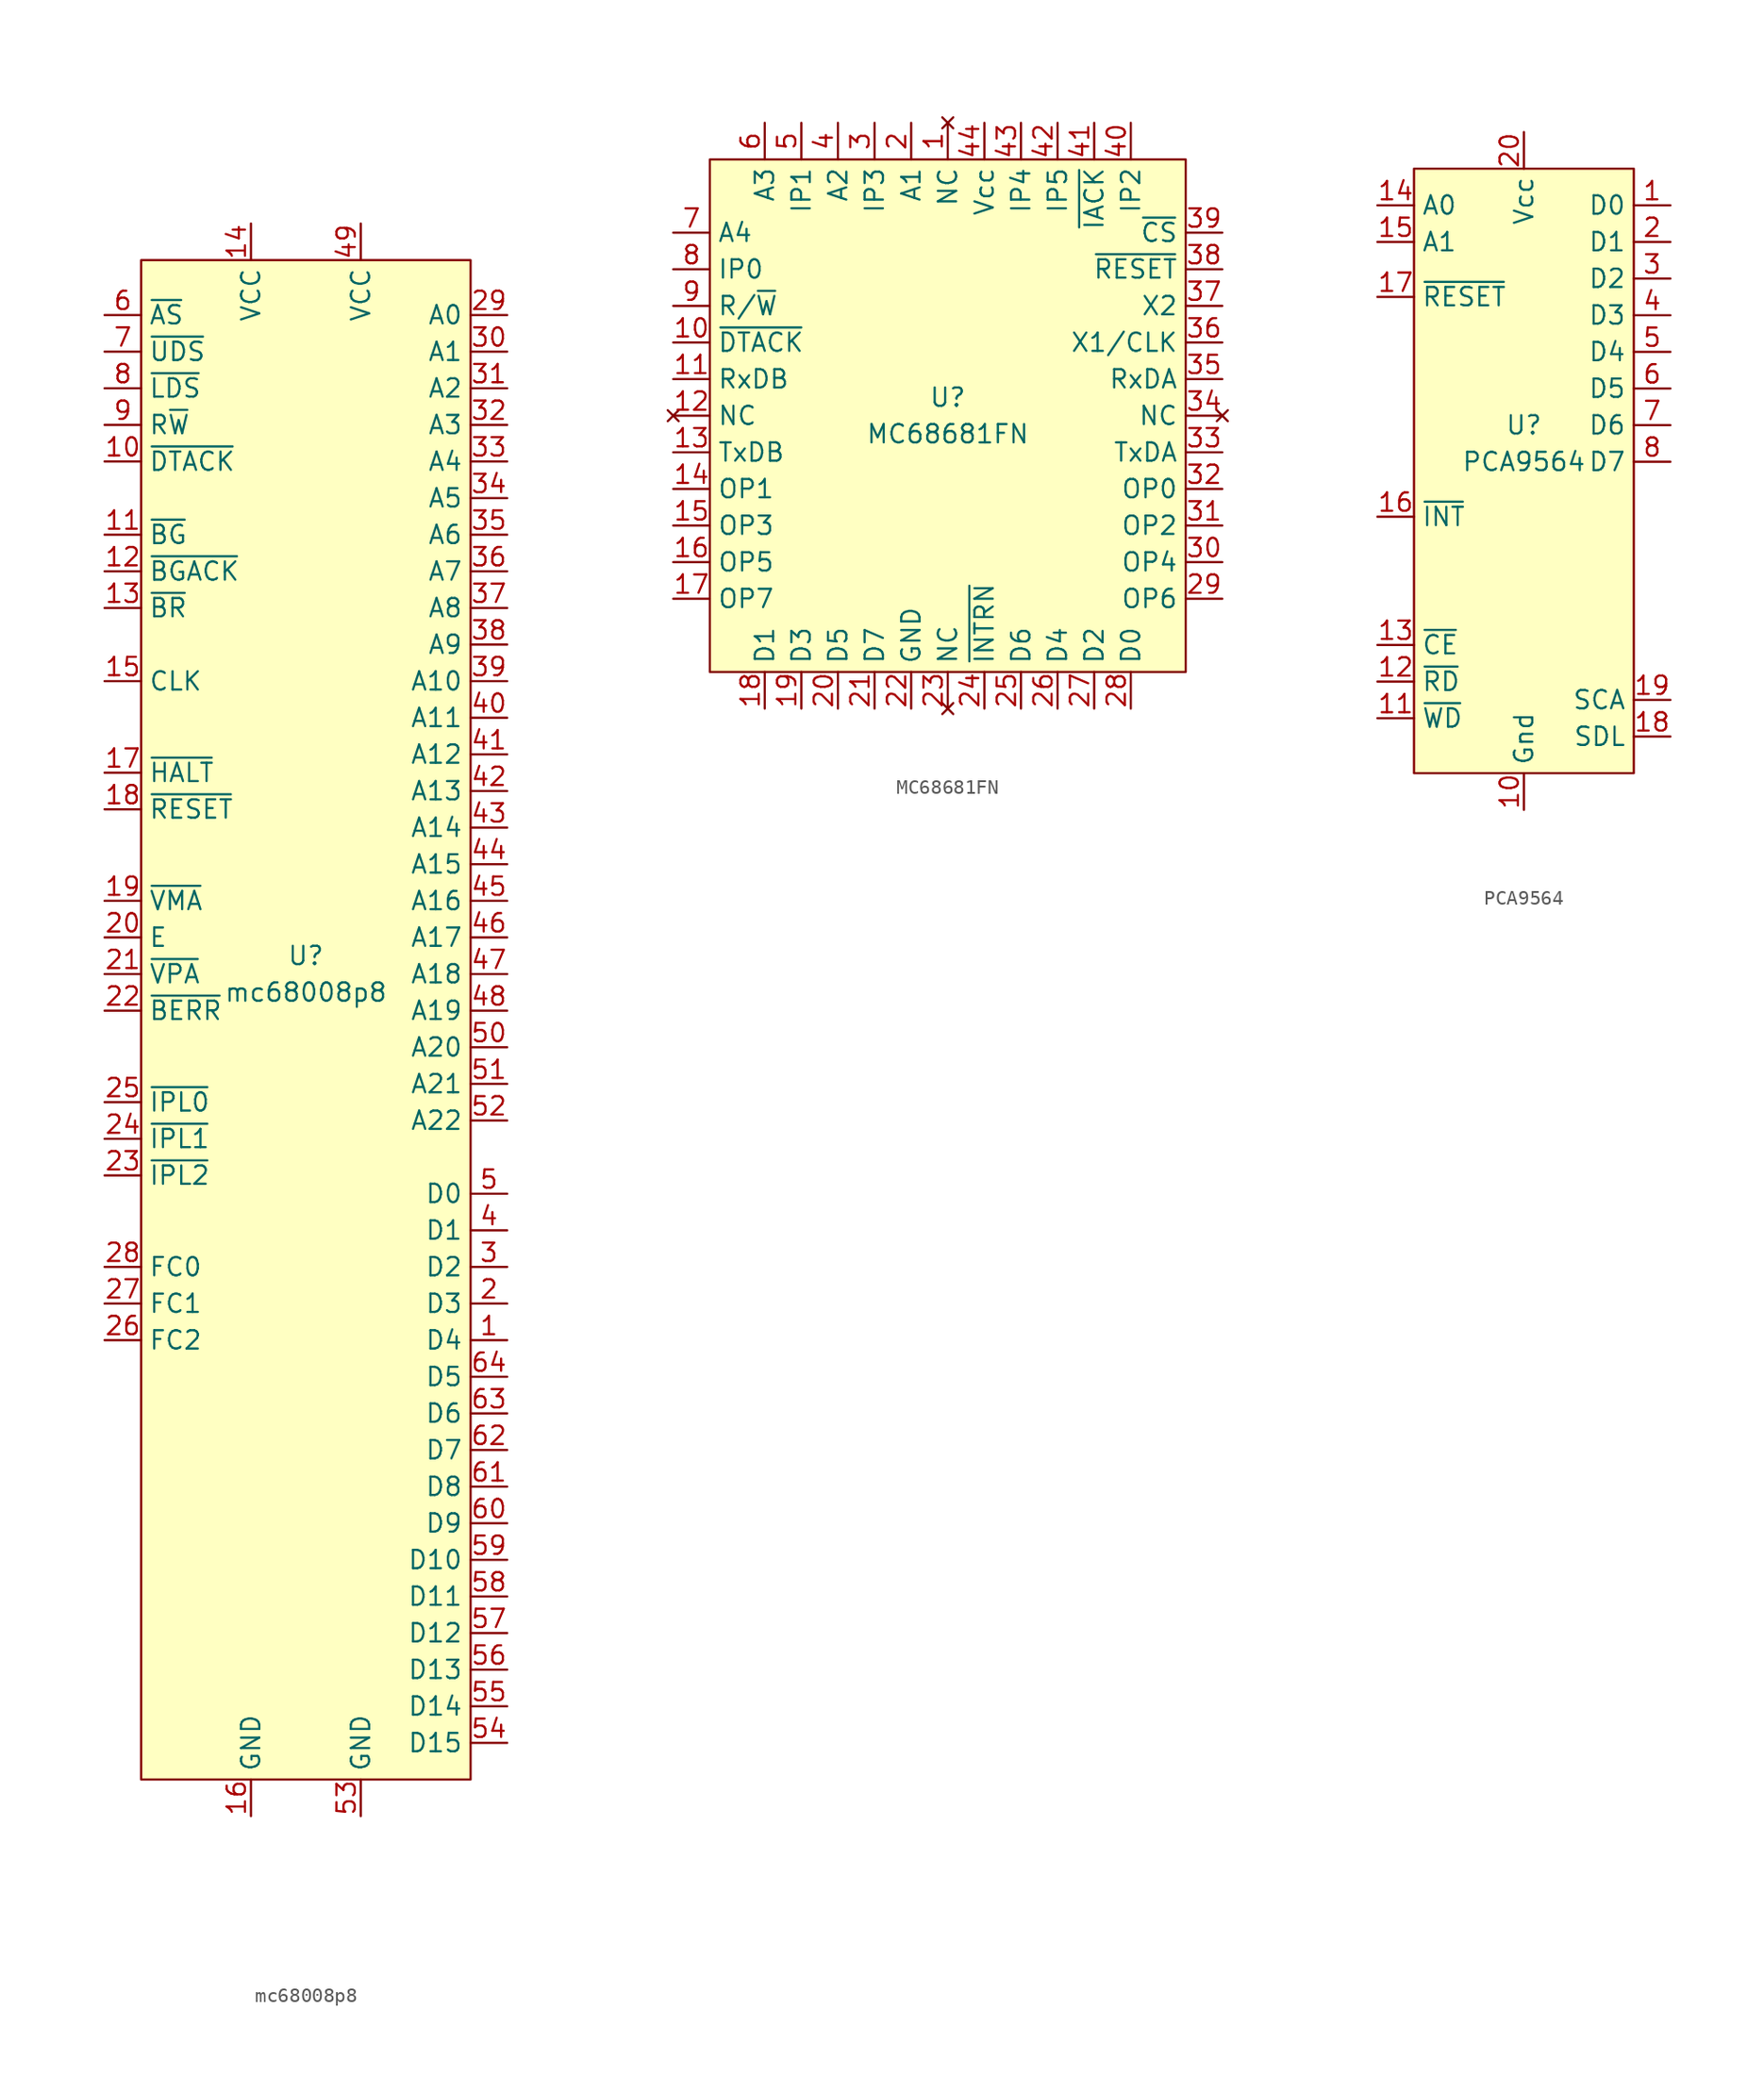
<source format=kicad_sym>
(kicad_symbol_lib
  (version 20211014)
  (generator kicad_symbol_editor)
  (symbol "mc68008p8"
    (property "Reference" "U"
      (at 0 1.27 0)
      (effects (font (size 1.27 1.27))))
    (property "Value" "mc68008p8"
      (at 0 -1.27 0)
      (effects (font (size 1.27 1.27))))
    (symbol "mc68008p8_0_1"
      (rectangle (start -11.43 49.53) (end 11.43 -55.88) (stroke (width 0) (type default) (color 0 0 0 0)) (fill (type background))))
    (symbol "mc68008p8_1_1"
      (pin bidirectional line (at 13.97 -25.4 180) (length 2.54) (name "D4" (effects (font (size 1.27 1.27)))) (number "1" (effects (font (size 1.27 1.27)))))
      (pin input line (at -13.97 35.56 0) (length 2.54) (name "~{DTACK}" (effects (font (size 1.27 1.27)))) (number "10" (effects (font (size 1.27 1.27)))))
      (pin output line (at -13.97 30.48 0) (length 2.54) (name "~{BG}" (effects (font (size 1.27 1.27)))) (number "11" (effects (font (size 1.27 1.27)))))
      (pin input line (at -13.97 27.94 0) (length 2.54) (name "~{BGACK}" (effects (font (size 1.27 1.27)))) (number "12" (effects (font (size 1.27 1.27)))))
      (pin input line (at -13.97 25.4 0) (length 2.54) (name "~{BR}" (effects (font (size 1.27 1.27)))) (number "13" (effects (font (size 1.27 1.27)))))
      (pin power_in line (at -3.81 52.07 270) (length 2.54) (name "VCC" (effects (font (size 1.27 1.27)))) (number "14" (effects (font (size 1.27 1.27)))))
      (pin input line (at -13.97 20.32 0) (length 2.54) (name "CLK" (effects (font (size 1.27 1.27)))) (number "15" (effects (font (size 1.27 1.27)))))
      (pin power_in line (at -3.81 -58.42 90) (length 2.54) (name "GND" (effects (font (size 1.27 1.27)))) (number "16" (effects (font (size 1.27 1.27)))))
      (pin bidirectional line (at -13.97 13.97 0) (length 2.54) (name "~{HALT}" (effects (font (size 1.27 1.27)))) (number "17" (effects (font (size 1.27 1.27)))))
      (pin bidirectional line (at -13.97 11.43 0) (length 2.54) (name "~{RESET}" (effects (font (size 1.27 1.27)))) (number "18" (effects (font (size 1.27 1.27)))))
      (pin output line (at -13.97 5.08 0) (length 2.54) (name "~{VMA}" (effects (font (size 1.27 1.27)))) (number "19" (effects (font (size 1.27 1.27)))))
      (pin bidirectional line (at 13.97 -22.86 180) (length 2.54) (name "D3" (effects (font (size 1.27 1.27)))) (number "2" (effects (font (size 1.27 1.27)))))
      (pin output line (at -13.97 2.54 0) (length 2.54) (name "E" (effects (font (size 1.27 1.27)))) (number "20" (effects (font (size 1.27 1.27)))))
      (pin bidirectional line (at -13.97 0 0) (length 2.54) (name "~{VPA}" (effects (font (size 1.27 1.27)))) (number "21" (effects (font (size 1.27 1.27)))))
      (pin input line (at -13.97 -2.54 0) (length 2.54) (name "~{BERR}" (effects (font (size 1.27 1.27)))) (number "22" (effects (font (size 1.27 1.27)))))
      (pin input line (at -13.97 -13.97 0) (length 2.54) (name "~{IPL2}" (effects (font (size 1.27 1.27)))) (number "23" (effects (font (size 1.27 1.27)))))
      (pin input line (at -13.97 -11.43 0) (length 2.54) (name "~{IPL1}" (effects (font (size 1.27 1.27)))) (number "24" (effects (font (size 1.27 1.27)))))
      (pin input line (at -13.97 -8.89 0) (length 2.54) (name "~{IPL0}" (effects (font (size 1.27 1.27)))) (number "25" (effects (font (size 1.27 1.27)))))
      (pin output line (at -13.97 -25.4 0) (length 2.54) (name "FC2" (effects (font (size 1.27 1.27)))) (number "26" (effects (font (size 1.27 1.27)))))
      (pin output line (at -13.97 -22.86 0) (length 2.54) (name "FC1" (effects (font (size 1.27 1.27)))) (number "27" (effects (font (size 1.27 1.27)))))
      (pin output line (at -13.97 -20.32 0) (length 2.54) (name "FC0" (effects (font (size 1.27 1.27)))) (number "28" (effects (font (size 1.27 1.27)))))
      (pin output line (at 13.97 45.72 180) (length 2.54) (name "A0" (effects (font (size 1.27 1.27)))) (number "29" (effects (font (size 1.27 1.27)))))
      (pin bidirectional line (at 13.97 -20.32 180) (length 2.54) (name "D2" (effects (font (size 1.27 1.27)))) (number "3" (effects (font (size 1.27 1.27)))))
      (pin output line (at 13.97 43.18 180) (length 2.54) (name "A1" (effects (font (size 1.27 1.27)))) (number "30" (effects (font (size 1.27 1.27)))))
      (pin output line (at 13.97 40.64 180) (length 2.54) (name "A2" (effects (font (size 1.27 1.27)))) (number "31" (effects (font (size 1.27 1.27)))))
      (pin output line (at 13.97 38.1 180) (length 2.54) (name "A3" (effects (font (size 1.27 1.27)))) (number "32" (effects (font (size 1.27 1.27)))))
      (pin output line (at 13.97 35.56 180) (length 2.54) (name "A4" (effects (font (size 1.27 1.27)))) (number "33" (effects (font (size 1.27 1.27)))))
      (pin output line (at 13.97 33.02 180) (length 2.54) (name "A5" (effects (font (size 1.27 1.27)))) (number "34" (effects (font (size 1.27 1.27)))))
      (pin output line (at 13.97 30.48 180) (length 2.54) (name "A6" (effects (font (size 1.27 1.27)))) (number "35" (effects (font (size 1.27 1.27)))))
      (pin output line (at 13.97 27.94 180) (length 2.54) (name "A7" (effects (font (size 1.27 1.27)))) (number "36" (effects (font (size 1.27 1.27)))))
      (pin output line (at 13.97 25.4 180) (length 2.54) (name "A8" (effects (font (size 1.27 1.27)))) (number "37" (effects (font (size 1.27 1.27)))))
      (pin output line (at 13.97 22.86 180) (length 2.54) (name "A9" (effects (font (size 1.27 1.27)))) (number "38" (effects (font (size 1.27 1.27)))))
      (pin output line (at 13.97 20.32 180) (length 2.54) (name "A10" (effects (font (size 1.27 1.27)))) (number "39" (effects (font (size 1.27 1.27)))))
      (pin bidirectional line (at 13.97 -17.78 180) (length 2.54) (name "D1" (effects (font (size 1.27 1.27)))) (number "4" (effects (font (size 1.27 1.27)))))
      (pin output line (at 13.97 17.78 180) (length 2.54) (name "A11" (effects (font (size 1.27 1.27)))) (number "40" (effects (font (size 1.27 1.27)))))
      (pin output line (at 13.97 15.24 180) (length 2.54) (name "A12" (effects (font (size 1.27 1.27)))) (number "41" (effects (font (size 1.27 1.27)))))
      (pin output line (at 13.97 12.7 180) (length 2.54) (name "A13" (effects (font (size 1.27 1.27)))) (number "42" (effects (font (size 1.27 1.27)))))
      (pin output line (at 13.97 10.16 180) (length 2.54) (name "A14" (effects (font (size 1.27 1.27)))) (number "43" (effects (font (size 1.27 1.27)))))
      (pin output line (at 13.97 7.62 180) (length 2.54) (name "A15" (effects (font (size 1.27 1.27)))) (number "44" (effects (font (size 1.27 1.27)))))
      (pin output line (at 13.97 5.08 180) (length 2.54) (name "A16" (effects (font (size 1.27 1.27)))) (number "45" (effects (font (size 1.27 1.27)))))
      (pin output line (at 13.97 2.54 180) (length 2.54) (name "A17" (effects (font (size 1.27 1.27)))) (number "46" (effects (font (size 1.27 1.27)))))
      (pin output line (at 13.97 0 180) (length 2.54) (name "A18" (effects (font (size 1.27 1.27)))) (number "47" (effects (font (size 1.27 1.27)))))
      (pin output line (at 13.97 -2.54 180) (length 2.54) (name "A19" (effects (font (size 1.27 1.27)))) (number "48" (effects (font (size 1.27 1.27)))))
      (pin power_in line (at 3.81 52.07 270) (length 2.54) (name "VCC" (effects (font (size 1.27 1.27)))) (number "49" (effects (font (size 1.27 1.27)))))
      (pin bidirectional line (at 13.97 -15.24 180) (length 2.54) (name "D0" (effects (font (size 1.27 1.27)))) (number "5" (effects (font (size 1.27 1.27)))))
      (pin output line (at 13.97 -5.08 180) (length 2.54) (name "A20" (effects (font (size 1.27 1.27)))) (number "50" (effects (font (size 1.27 1.27)))))
      (pin output line (at 13.97 -7.62 180) (length 2.54) (name "A21" (effects (font (size 1.27 1.27)))) (number "51" (effects (font (size 1.27 1.27)))))
      (pin output line (at 13.97 -10.16 180) (length 2.54) (name "A22" (effects (font (size 1.27 1.27)))) (number "52" (effects (font (size 1.27 1.27)))))
      (pin power_in line (at 3.81 -58.42 90) (length 2.54) (name "GND" (effects (font (size 1.27 1.27)))) (number "53" (effects (font (size 1.27 1.27)))))
      (pin bidirectional line (at 13.97 -53.34 180) (length 2.54) (name "D15" (effects (font (size 1.27 1.27)))) (number "54" (effects (font (size 1.27 1.27)))))
      (pin bidirectional line (at 13.97 -50.8 180) (length 2.54) (name "D14" (effects (font (size 1.27 1.27)))) (number "55" (effects (font (size 1.27 1.27)))))
      (pin bidirectional line (at 13.97 -48.26 180) (length 2.54) (name "D13" (effects (font (size 1.27 1.27)))) (number "56" (effects (font (size 1.27 1.27)))))
      (pin bidirectional line (at 13.97 -45.72 180) (length 2.54) (name "D12" (effects (font (size 1.27 1.27)))) (number "57" (effects (font (size 1.27 1.27)))))
      (pin bidirectional line (at 13.97 -43.18 180) (length 2.54) (name "D11" (effects (font (size 1.27 1.27)))) (number "58" (effects (font (size 1.27 1.27)))))
      (pin bidirectional line (at 13.97 -40.64 180) (length 2.54) (name "D10" (effects (font (size 1.27 1.27)))) (number "59" (effects (font (size 1.27 1.27)))))
      (pin output line (at -13.97 45.72 0) (length 2.54) (name "~{AS}" (effects (font (size 1.27 1.27)))) (number "6" (effects (font (size 1.27 1.27)))))
      (pin bidirectional line (at 13.97 -38.1 180) (length 2.54) (name "D9" (effects (font (size 1.27 1.27)))) (number "60" (effects (font (size 1.27 1.27)))))
      (pin bidirectional line (at 13.97 -35.56 180) (length 2.54) (name "D8" (effects (font (size 1.27 1.27)))) (number "61" (effects (font (size 1.27 1.27)))))
      (pin bidirectional line (at 13.97 -33.02 180) (length 2.54) (name "D7" (effects (font (size 1.27 1.27)))) (number "62" (effects (font (size 1.27 1.27)))))
      (pin bidirectional line (at 13.97 -30.48 180) (length 2.54) (name "D6" (effects (font (size 1.27 1.27)))) (number "63" (effects (font (size 1.27 1.27)))))
      (pin bidirectional line (at 13.97 -27.94 180) (length 2.54) (name "D5" (effects (font (size 1.27 1.27)))) (number "64" (effects (font (size 1.27 1.27)))))
      (pin output line (at -13.97 43.18 0) (length 2.54) (name "~{UDS}" (effects (font (size 1.27 1.27)))) (number "7" (effects (font (size 1.27 1.27)))))
      (pin output line (at -13.97 40.64 0) (length 2.54) (name "~{LDS}" (effects (font (size 1.27 1.27)))) (number "8" (effects (font (size 1.27 1.27)))))
      (pin output line (at -13.97 38.1 0) (length 2.54) (name "R~{W}" (effects (font (size 1.27 1.27)))) (number "9" (effects (font (size 1.27 1.27)))))))
  (symbol "MC68681FN"
    (property "Reference" "U"
      (at 0 -5.08 0)
      (effects (font (size 1.27 1.27))))
    (property "Value" "MC68681FN"
      (at 0 -7.62 0)
      (effects (font (size 1.27 1.27))))
    (symbol "MC68681FN_0_1"
      (rectangle (start -16.51 11.43) (end 16.51 -24.13) (stroke (width 0) (type default) (color 0 0 0 0)) (fill (type background))))
    (symbol "MC68681FN_1_1"
      (pin no_connect line (at 0 13.97 270) (length 2.54) (name "NC" (effects (font (size 1.27 1.27)))) (number "1" (effects (font (size 1.27 1.27)))))
      (pin output line (at -19.05 -1.27 0) (length 2.54) (name "~{DTACK}" (effects (font (size 1.27 1.27)))) (number "10" (effects (font (size 1.27 1.27)))))
      (pin input line (at -19.05 -3.81 0) (length 2.54) (name "RxDB" (effects (font (size 1.27 1.27)))) (number "11" (effects (font (size 1.27 1.27)))))
      (pin no_connect line (at -19.05 -6.35 0) (length 2.54) (name "NC" (effects (font (size 1.27 1.27)))) (number "12" (effects (font (size 1.27 1.27)))))
      (pin output line (at -19.05 -8.89 0) (length 2.54) (name "TxDB" (effects (font (size 1.27 1.27)))) (number "13" (effects (font (size 1.27 1.27)))))
      (pin output line (at -19.05 -11.43 0) (length 2.54) (name "OP1" (effects (font (size 1.27 1.27)))) (number "14" (effects (font (size 1.27 1.27)))))
      (pin output line (at -19.05 -13.97 0) (length 2.54) (name "OP3" (effects (font (size 1.27 1.27)))) (number "15" (effects (font (size 1.27 1.27)))))
      (pin output line (at -19.05 -16.51 0) (length 2.54) (name "OP5" (effects (font (size 1.27 1.27)))) (number "16" (effects (font (size 1.27 1.27)))))
      (pin output line (at -19.05 -19.05 0) (length 2.54) (name "OP7" (effects (font (size 1.27 1.27)))) (number "17" (effects (font (size 1.27 1.27)))))
      (pin bidirectional line (at -12.7 -26.67 90) (length 2.54) (name "D1" (effects (font (size 1.27 1.27)))) (number "18" (effects (font (size 1.27 1.27)))))
      (pin bidirectional line (at -10.16 -26.67 90) (length 2.54) (name "D3" (effects (font (size 1.27 1.27)))) (number "19" (effects (font (size 1.27 1.27)))))
      (pin input line (at -2.54 13.97 270) (length 2.54) (name "A1" (effects (font (size 1.27 1.27)))) (number "2" (effects (font (size 1.27 1.27)))))
      (pin bidirectional line (at -7.62 -26.67 90) (length 2.54) (name "D5" (effects (font (size 1.27 1.27)))) (number "20" (effects (font (size 1.27 1.27)))))
      (pin bidirectional line (at -5.08 -26.67 90) (length 2.54) (name "D7" (effects (font (size 1.27 1.27)))) (number "21" (effects (font (size 1.27 1.27)))))
      (pin power_in line (at -2.54 -26.67 90) (length 2.54) (name "GND" (effects (font (size 1.27 1.27)))) (number "22" (effects (font (size 1.27 1.27)))))
      (pin no_connect line (at 0 -26.67 90) (length 2.54) (name "NC" (effects (font (size 1.27 1.27)))) (number "23" (effects (font (size 1.27 1.27)))))
      (pin output line (at 2.54 -26.67 90) (length 2.54) (name "~{INTRN}" (effects (font (size 1.27 1.27)))) (number "24" (effects (font (size 1.27 1.27)))))
      (pin bidirectional line (at 5.08 -26.67 90) (length 2.54) (name "D6" (effects (font (size 1.27 1.27)))) (number "25" (effects (font (size 1.27 1.27)))))
      (pin bidirectional line (at 7.62 -26.67 90) (length 2.54) (name "D4" (effects (font (size 1.27 1.27)))) (number "26" (effects (font (size 1.27 1.27)))))
      (pin bidirectional line (at 10.16 -26.67 90) (length 2.54) (name "D2" (effects (font (size 1.27 1.27)))) (number "27" (effects (font (size 1.27 1.27)))))
      (pin bidirectional line (at 12.7 -26.67 90) (length 2.54) (name "D0" (effects (font (size 1.27 1.27)))) (number "28" (effects (font (size 1.27 1.27)))))
      (pin output line (at 19.05 -19.05 180) (length 2.54) (name "OP6" (effects (font (size 1.27 1.27)))) (number "29" (effects (font (size 1.27 1.27)))))
      (pin input line (at -5.08 13.97 270) (length 2.54) (name "IP3" (effects (font (size 1.27 1.27)))) (number "3" (effects (font (size 1.27 1.27)))))
      (pin output line (at 19.05 -16.51 180) (length 2.54) (name "OP4" (effects (font (size 1.27 1.27)))) (number "30" (effects (font (size 1.27 1.27)))))
      (pin output line (at 19.05 -13.97 180) (length 2.54) (name "OP2" (effects (font (size 1.27 1.27)))) (number "31" (effects (font (size 1.27 1.27)))))
      (pin output line (at 19.05 -11.43 180) (length 2.54) (name "OP0" (effects (font (size 1.27 1.27)))) (number "32" (effects (font (size 1.27 1.27)))))
      (pin output line (at 19.05 -8.89 180) (length 2.54) (name "TxDA" (effects (font (size 1.27 1.27)))) (number "33" (effects (font (size 1.27 1.27)))))
      (pin no_connect line (at 19.05 -6.35 180) (length 2.54) (name "NC" (effects (font (size 1.27 1.27)))) (number "34" (effects (font (size 1.27 1.27)))))
      (pin input line (at 19.05 -3.81 180) (length 2.54) (name "RxDA" (effects (font (size 1.27 1.27)))) (number "35" (effects (font (size 1.27 1.27)))))
      (pin input line (at 19.05 -1.27 180) (length 2.54) (name "X1/CLK" (effects (font (size 1.27 1.27)))) (number "36" (effects (font (size 1.27 1.27)))))
      (pin output line (at 19.05 1.27 180) (length 2.54) (name "X2" (effects (font (size 1.27 1.27)))) (number "37" (effects (font (size 1.27 1.27)))))
      (pin input line (at 19.05 3.81 180) (length 2.54) (name "~{RESET}" (effects (font (size 1.27 1.27)))) (number "38" (effects (font (size 1.27 1.27)))))
      (pin input line (at 19.05 6.35 180) (length 2.54) (name "~{CS}" (effects (font (size 1.27 1.27)))) (number "39" (effects (font (size 1.27 1.27)))))
      (pin input line (at -7.62 13.97 270) (length 2.54) (name "A2" (effects (font (size 1.27 1.27)))) (number "4" (effects (font (size 1.27 1.27)))))
      (pin input line (at 12.7 13.97 270) (length 2.54) (name "IP2" (effects (font (size 1.27 1.27)))) (number "40" (effects (font (size 1.27 1.27)))))
      (pin input line (at 10.16 13.97 270) (length 2.54) (name "~{IACK}" (effects (font (size 1.27 1.27)))) (number "41" (effects (font (size 1.27 1.27)))))
      (pin input line (at 7.62 13.97 270) (length 2.54) (name "IP5" (effects (font (size 1.27 1.27)))) (number "42" (effects (font (size 1.27 1.27)))))
      (pin input line (at 5.08 13.97 270) (length 2.54) (name "IP4" (effects (font (size 1.27 1.27)))) (number "43" (effects (font (size 1.27 1.27)))))
      (pin power_in line (at 2.54 13.97 270) (length 2.54) (name "Vcc" (effects (font (size 1.27 1.27)))) (number "44" (effects (font (size 1.27 1.27)))))
      (pin input line (at -10.16 13.97 270) (length 2.54) (name "IP1" (effects (font (size 1.27 1.27)))) (number "5" (effects (font (size 1.27 1.27)))))
      (pin input line (at -12.7 13.97 270) (length 2.54) (name "A3" (effects (font (size 1.27 1.27)))) (number "6" (effects (font (size 1.27 1.27)))))
      (pin input line (at -19.05 6.35 0) (length 2.54) (name "A4" (effects (font (size 1.27 1.27)))) (number "7" (effects (font (size 1.27 1.27)))))
      (pin input line (at -19.05 3.81 0) (length 2.54) (name "IP0" (effects (font (size 1.27 1.27)))) (number "8" (effects (font (size 1.27 1.27)))))
      (pin input line (at -19.05 1.27 0) (length 2.54) (name "R/~{W}" (effects (font (size 1.27 1.27)))) (number "9" (effects (font (size 1.27 1.27)))))))
  (symbol "PCA9564"
    (property "Reference" "U"
      (at 0 -1.27 0)
      (effects (font (size 1.27 1.27))))
    (property "Value" "PCA9564"
      (at 0 -3.81 0)
      (effects (font (size 1.27 1.27))))
    (symbol "PCA9564_0_1"
      (rectangle (start -7.62 16.51) (end 7.62 -25.4) (stroke (width 0) (type default) (color 0 0 0 0)) (fill (type background))))
    (symbol "PCA9564_1_1"
      (pin bidirectional line (at 10.16 13.97 180) (length 2.54) (name "D0" (effects (font (size 1.27 1.27)))) (number "1" (effects (font (size 1.27 1.27)))))
      (pin input line (at 0 -27.94 90) (length 2.54) (name "Gnd" (effects (font (size 1.27 1.27)))) (number "10" (effects (font (size 1.27 1.27)))))
      (pin input line (at -10.16 -21.59 0) (length 2.54) (name "~{WD}" (effects (font (size 1.27 1.27)))) (number "11" (effects (font (size 1.27 1.27)))))
      (pin input line (at -10.16 -19.05 0) (length 2.54) (name "~{RD}" (effects (font (size 1.27 1.27)))) (number "12" (effects (font (size 1.27 1.27)))))
      (pin input line (at -10.16 -16.51 0) (length 2.54) (name "~{CE}" (effects (font (size 1.27 1.27)))) (number "13" (effects (font (size 1.27 1.27)))))
      (pin bidirectional line (at -10.16 13.97 0) (length 2.54) (name "A0" (effects (font (size 1.27 1.27)))) (number "14" (effects (font (size 1.27 1.27)))))
      (pin bidirectional line (at -10.16 11.43 0) (length 2.54) (name "A1" (effects (font (size 1.27 1.27)))) (number "15" (effects (font (size 1.27 1.27)))))
      (pin input line (at -10.16 -7.62 0) (length 2.54) (name "~{INT}" (effects (font (size 1.27 1.27)))) (number "16" (effects (font (size 1.27 1.27)))))
      (pin input line (at -10.16 7.62 0) (length 2.54) (name "~{RESET}" (effects (font (size 1.27 1.27)))) (number "17" (effects (font (size 1.27 1.27)))))
      (pin bidirectional line (at 10.16 -22.86 180) (length 2.54) (name "SDL" (effects (font (size 1.27 1.27)))) (number "18" (effects (font (size 1.27 1.27)))))
      (pin bidirectional line (at 10.16 -20.32 180) (length 2.54) (name "SCA" (effects (font (size 1.27 1.27)))) (number "19" (effects (font (size 1.27 1.27)))))
      (pin bidirectional line (at 10.16 11.43 180) (length 2.54) (name "D1" (effects (font (size 1.27 1.27)))) (number "2" (effects (font (size 1.27 1.27)))))
      (pin input line (at 0 19.05 270) (length 2.54) (name "Vcc" (effects (font (size 1.27 1.27)))) (number "20" (effects (font (size 1.27 1.27)))))
      (pin bidirectional line (at 10.16 8.89 180) (length 2.54) (name "D2" (effects (font (size 1.27 1.27)))) (number "3" (effects (font (size 1.27 1.27)))))
      (pin bidirectional line (at 10.16 6.35 180) (length 2.54) (name "D3" (effects (font (size 1.27 1.27)))) (number "4" (effects (font (size 1.27 1.27)))))
      (pin bidirectional line (at 10.16 3.81 180) (length 2.54) (name "D4" (effects (font (size 1.27 1.27)))) (number "5" (effects (font (size 1.27 1.27)))))
      (pin bidirectional line (at 10.16 1.27 180) (length 2.54) (name "D5" (effects (font (size 1.27 1.27)))) (number "6" (effects (font (size 1.27 1.27)))))
      (pin bidirectional line (at 10.16 -1.27 180) (length 2.54) (name "D6" (effects (font (size 1.27 1.27)))) (number "7" (effects (font (size 1.27 1.27)))))
      (pin bidirectional line (at 10.16 -3.81 180) (length 2.54) (name "D7" (effects (font (size 1.27 1.27)))) (number "8" (effects (font (size 1.27 1.27))))))))
</source>
